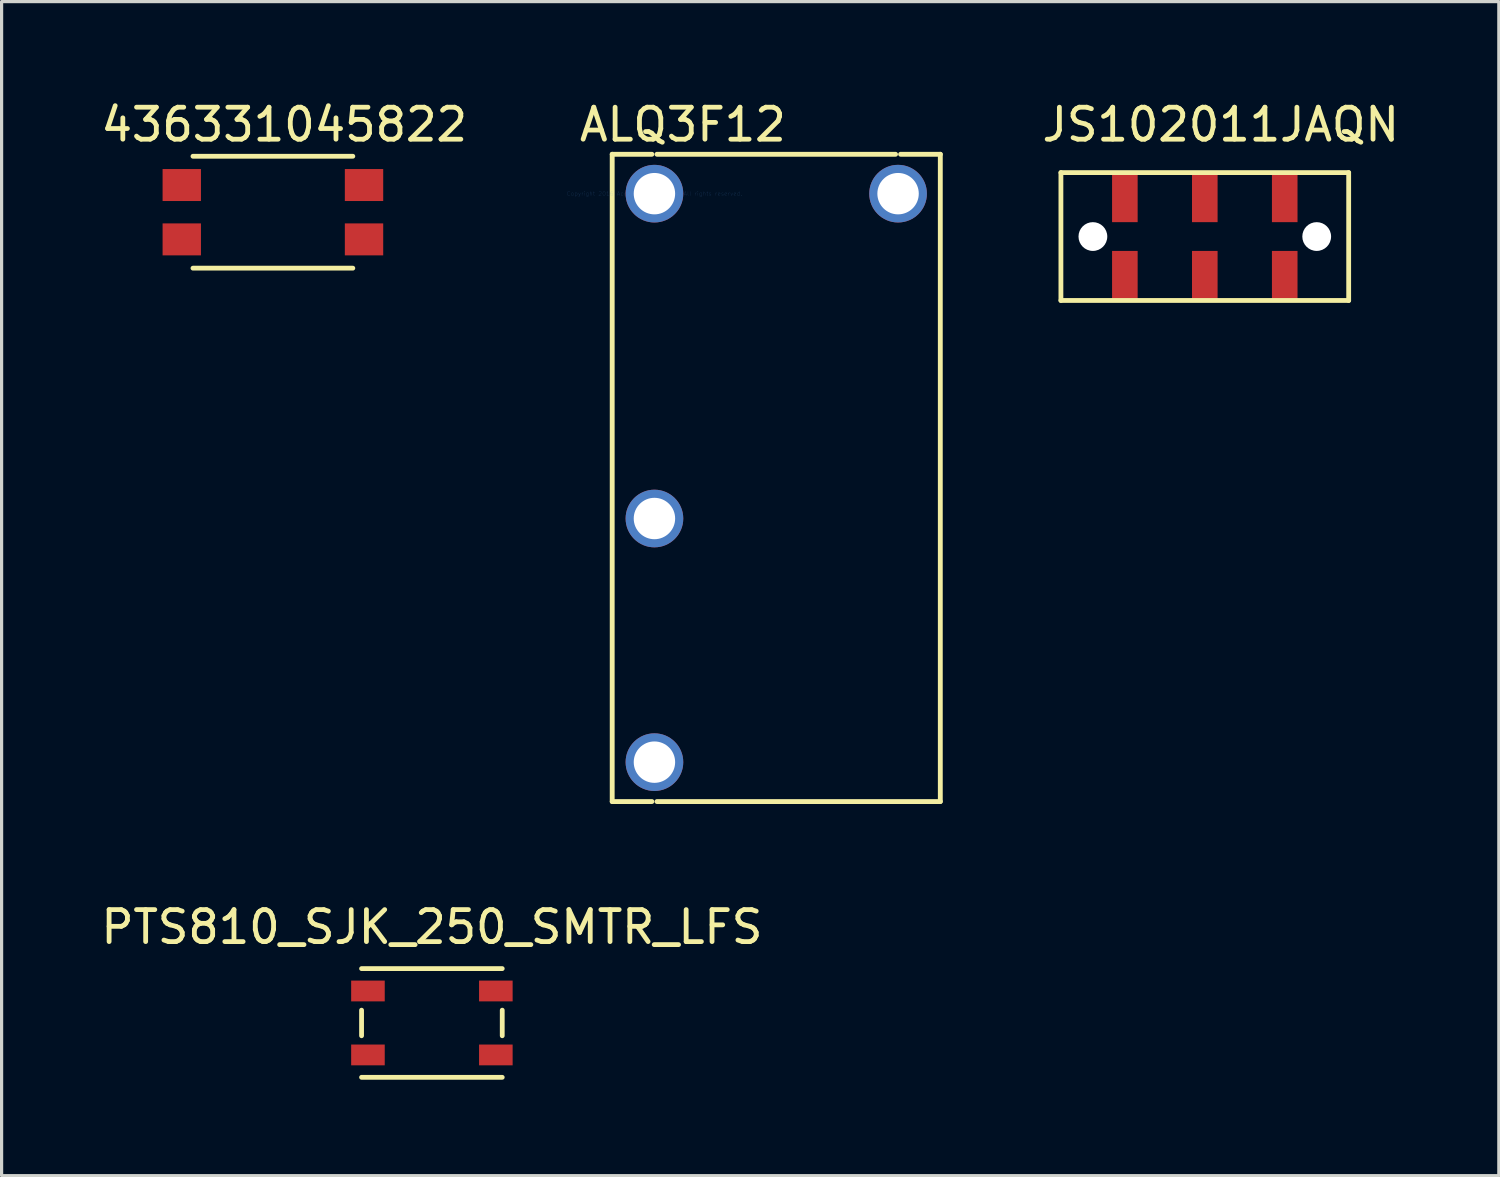
<source format=kicad_pcb>
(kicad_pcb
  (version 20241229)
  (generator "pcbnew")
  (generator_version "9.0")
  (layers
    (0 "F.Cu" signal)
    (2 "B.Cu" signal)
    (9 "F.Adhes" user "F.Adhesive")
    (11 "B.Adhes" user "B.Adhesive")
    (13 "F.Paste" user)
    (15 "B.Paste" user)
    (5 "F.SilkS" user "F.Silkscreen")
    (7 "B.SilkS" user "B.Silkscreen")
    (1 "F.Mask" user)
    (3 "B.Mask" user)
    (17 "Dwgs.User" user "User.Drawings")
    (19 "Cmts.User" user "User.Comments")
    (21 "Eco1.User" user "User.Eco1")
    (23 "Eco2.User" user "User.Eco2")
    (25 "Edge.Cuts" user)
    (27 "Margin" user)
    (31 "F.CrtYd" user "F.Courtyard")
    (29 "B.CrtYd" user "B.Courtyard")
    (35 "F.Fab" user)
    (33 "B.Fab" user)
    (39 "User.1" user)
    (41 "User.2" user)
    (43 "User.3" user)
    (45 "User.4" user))
  (footprint "JS102011JAQN"
    (layer "F.Cu")
    (at 34.631 4.348)
    (property "Reference" "JS102011JAQN" (at 0.5 -3.5 0) (layer "F.SilkS") (effects (font (size 1 1) (thickness 0.15))))
    (attr through_hole)
    (fp_line (start -4.5 -2) (end -4.5 2) (stroke (width 0.15) (type solid)) (layer "F.SilkS"))
    (fp_line (start 4.5 -2) (end -4.5 -2) (stroke (width 0.15) (type solid)) (layer "F.SilkS"))
    (fp_line (start 4.5 -2) (end 4.5 2) (stroke (width 0.15) (type solid)) (layer "F.SilkS"))
    (fp_line (start 4.5 2) (end -4.5 2) (stroke (width 0.15) (type solid)) (layer "F.SilkS"))
    (pad "" np_thru_hole circle (at -3.5 0) (size 0.9 0.9) (drill 0.9) (layers "*.Cu" "*.Mask"))
    (pad "" np_thru_hole circle (at 3.5 0) (size 0.9 0.9) (drill 0.9) (layers "*.Cu" "*.Mask"))
    (pad "1" smd rect (at -2.5 -1.25) (size 0.8 1.6) (layers "F.Cu" "F.Mask" "F.Paste"))
    (pad "1" smd rect (at -2.5 1.25) (size 0.8 1.6) (layers "F.Cu" "F.Mask" "F.Paste"))
    (pad "2" smd rect (at 0 -1.25) (size 0.8 1.6) (layers "F.Cu" "F.Mask" "F.Paste"))
    (pad "2" smd rect (at 0 1.25) (size 0.8 1.6) (layers "F.Cu" "F.Mask" "F.Paste"))
    (pad "3" smd rect (at 2.5 -1.25) (size 0.8 1.6) (layers "F.Cu" "F.Mask" "F.Paste"))
    (pad "3" smd rect (at 2.5 1.25) (size 0.8 1.6) (layers "F.Cu" "F.Mask" "F.Paste")))
  (footprint "PTS810_SJK_250_SMTR_LFS"
    (layer "F.Cu")
    (at 10.458 28.944)
    (property "Reference" "PTS810_SJK_250_SMTR_LFS" (at 0 -3 0) (layer "F.SilkS") (effects (font (size 1 1) (thickness 0.15))))
    (attr through_hole)
    (fp_line (start -2.2 -1.7) (end 2.2 -1.7) (stroke (width 0.15) (type solid)) (layer "F.SilkS"))
    (fp_line (start -2.2 0.4) (end -2.2 -0.4) (stroke (width 0.15) (type solid)) (layer "F.SilkS"))
    (fp_line (start -2.2 1.7) (end 2.2 1.7) (stroke (width 0.15) (type solid)) (layer "F.SilkS"))
    (fp_line (start 2.2 0.4) (end 2.2 -0.4) (stroke (width 0.15) (type solid)) (layer "F.SilkS"))
    (pad "1" smd rect (at -2 -1) (size 1.05 0.65) (layers "F.Cu" "F.Mask" "F.Paste"))
    (pad "1" smd rect (at 2 -1) (size 1.05 0.65) (layers "F.Cu" "F.Mask" "F.Paste"))
    (pad "2" smd rect (at -2 1) (size 1.05 0.65) (layers "F.Cu" "F.Mask" "F.Paste"))
    (pad "2" smd rect (at 2 1) (size 1.05 0.65) (layers "F.Cu" "F.Mask" "F.Paste")))
  (footprint "436331045822"
    (layer "F.Cu")
    (at 5.585 3.515)
    (property "Reference" "436331045822" (at 0.254 -2.667 0) (layer "F.SilkS") (effects (font (size 1 1) (thickness 0.15))))
    (attr through_hole)
    (fp_line (start -2.6 -1.678) (end 2.4 -1.678) (stroke (width 0.15) (type solid)) (layer "F.SilkS"))
    (fp_line (start -2.6 1.822) (end 2.4 1.822) (stroke (width 0.15) (type solid)) (layer "F.SilkS"))
    (pad "1" smd rect (at -2.95 -0.778) (size 1.2 1) (layers "F.Cu" "F.Mask" "F.Paste"))
    (pad "1" smd rect (at 2.75 -0.778) (size 1.2 1) (layers "F.Cu" "F.Mask" "F.Paste"))
    (pad "2" smd rect (at -2.95 0.922) (size 1.2 1) (layers "F.Cu" "F.Mask" "F.Paste"))
    (pad "2" smd rect (at 2.75 0.922) (size 1.2 1) (layers "F.Cu" "F.Mask" "F.Paste")))
  (footprint "ALQ3F12"
    (layer "F.Cu")
    (at 17.418 3.007)
    (property "Reference" "ALQ3F12" (at 0.889 -2.159 0) (layer "F.SilkS") (effects (font (size 1 1) (thickness 0.15))))
    (attr through_hole)
    (fp_line (start -1.321 -1.232) (end -1.321 19.012) (stroke (width 0.152) (type solid)) (layer "F.SilkS"))
    (fp_line (start -1.321 19.012) (end -0.079 19.012) (stroke (width 0.152) (type solid)) (layer "F.SilkS"))
    (fp_line (start -0.079 -1.232) (end -1.321 -1.232) (stroke (width 0.152) (type solid)) (layer "F.SilkS"))
    (fp_line (start 0.079 19.012) (end 8.941 19.012) (stroke (width 0.152) (type solid)) (layer "F.SilkS"))
    (fp_line (start 7.541 -1.232) (end 0.079 -1.232) (stroke (width 0.152) (type solid)) (layer "F.SilkS"))
    (fp_line (start 8.941 -1.232) (end 7.699 -1.232) (stroke (width 0.152) (type solid)) (layer "F.SilkS"))
    (fp_line (start 8.941 19.012) (end 8.941 -1.232) (stroke (width 0.152) (type solid)) (layer "F.SilkS"))
    (fp_text user "Copyright 2016 Accelerated Designs. All rights reserved." (at 0 0 0) (layer "Cmts.User") (effects (font (size 0.127 0.127) (thickness 0.002))))
    (pad "1" thru_hole circle (at 0 0) (size 1.803 1.803) (drill 1.295) (layers "*.Cu" "*.Mask"))
    (pad "2" thru_hole circle (at 7.62 0) (size 1.803 1.803) (drill 1.295) (layers "*.Cu" "*.Mask"))
    (pad "3" thru_hole circle (at 0 10.16) (size 1.803 1.803) (drill 1.295) (layers "*.Cu" "*.Mask"))
    (pad "4" thru_hole circle (at 0 17.78) (size 1.803 1.803) (drill 1.295) (layers "*.Cu" "*.Mask")))
  (gr_rect
    (start -3 -3)
    (end 43.827 33.719)
    (stroke (width 0.1) (type default))
    (fill no)
    (layer "Edge.Cuts")))
</source>
